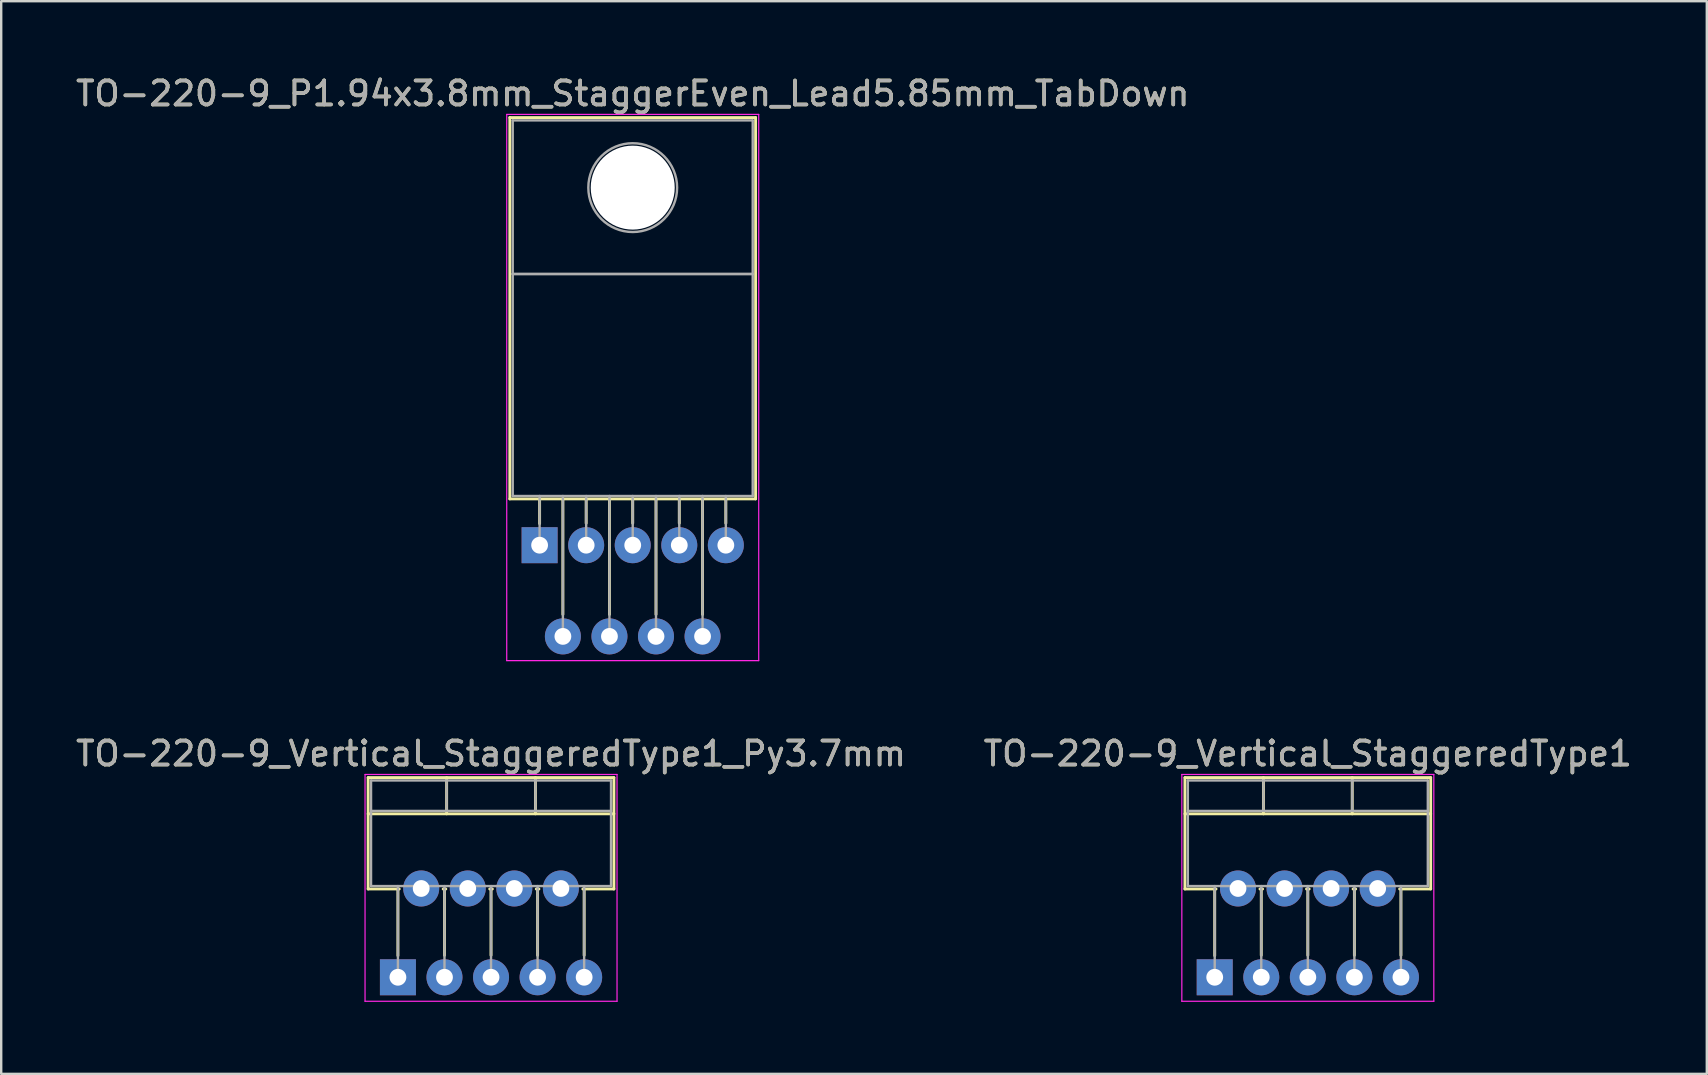
<source format=kicad_pcb>
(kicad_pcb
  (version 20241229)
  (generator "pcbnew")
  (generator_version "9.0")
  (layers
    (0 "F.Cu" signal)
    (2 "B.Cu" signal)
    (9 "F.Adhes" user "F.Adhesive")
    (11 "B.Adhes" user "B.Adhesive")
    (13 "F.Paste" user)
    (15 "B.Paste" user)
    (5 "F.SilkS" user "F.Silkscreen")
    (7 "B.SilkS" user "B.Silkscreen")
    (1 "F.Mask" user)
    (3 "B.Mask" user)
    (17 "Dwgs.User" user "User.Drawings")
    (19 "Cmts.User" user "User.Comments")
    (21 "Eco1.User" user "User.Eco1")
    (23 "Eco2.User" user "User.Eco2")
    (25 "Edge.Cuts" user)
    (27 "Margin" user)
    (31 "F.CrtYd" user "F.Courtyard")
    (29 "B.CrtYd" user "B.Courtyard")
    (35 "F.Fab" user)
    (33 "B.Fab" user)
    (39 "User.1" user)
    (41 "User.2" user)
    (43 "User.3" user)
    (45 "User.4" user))
  (footprint "TO-220-9_P1.94x3.8mm_StaggerEven_Lead5.85mm_TabDown"
    (layer "F.Cu")
    (at 19.435 19.668)
    (property "Reference" "TO-220-9_P1.94x3.8mm_StaggerEven_Lead5.85mm_TabDown" (at 3.88 -18.82 0) (layer "F.SilkS") (effects (font (size 1 1) (thickness 0.15))))
    (attr through_hole)
    (fp_line (start -1.241 -17.82) (end -1.241 -1.93) (stroke (width 0.12) (type solid)) (layer "F.SilkS"))
    (fp_line (start -1.241 -17.82) (end 9 -17.82) (stroke (width 0.12) (type solid)) (layer "F.SilkS"))
    (fp_line (start -1.241 -1.93) (end 9 -1.93) (stroke (width 0.12) (type solid)) (layer "F.SilkS"))
    (fp_line (start 0 -1.93) (end 0 -0.9) (stroke (width 0.12) (type solid)) (layer "F.SilkS"))
    (fp_line (start 0.97 -1.93) (end 0.97 2.885) (stroke (width 0.12) (type solid)) (layer "F.SilkS"))
    (fp_line (start 1.94 -1.93) (end 1.94 -0.916) (stroke (width 0.12) (type solid)) (layer "F.SilkS"))
    (fp_line (start 2.91 -1.93) (end 2.91 2.885) (stroke (width 0.12) (type solid)) (layer "F.SilkS"))
    (fp_line (start 3.88 -1.93) (end 3.88 -0.916) (stroke (width 0.12) (type solid)) (layer "F.SilkS"))
    (fp_line (start 4.85 -1.93) (end 4.85 2.885) (stroke (width 0.12) (type solid)) (layer "F.SilkS"))
    (fp_line (start 5.82 -1.93) (end 5.82 -0.916) (stroke (width 0.12) (type solid)) (layer "F.SilkS"))
    (fp_line (start 6.79 -1.93) (end 6.79 2.885) (stroke (width 0.12) (type solid)) (layer "F.SilkS"))
    (fp_line (start 7.76 -1.93) (end 7.76 -0.916) (stroke (width 0.12) (type solid)) (layer "F.SilkS"))
    (fp_line (start 9 -17.82) (end 9 -1.93) (stroke (width 0.12) (type solid)) (layer "F.SilkS"))
    (fp_line (start -1.37 -17.95) (end -1.37 4.81) (stroke (width 0.05) (type solid)) (layer "F.CrtYd"))
    (fp_line (start -1.37 4.81) (end 9.13 4.81) (stroke (width 0.05) (type solid)) (layer "F.CrtYd"))
    (fp_line (start 9.13 -17.95) (end -1.37 -17.95) (stroke (width 0.05) (type solid)) (layer "F.CrtYd"))
    (fp_line (start 9.13 4.81) (end 9.13 -17.95) (stroke (width 0.05) (type solid)) (layer "F.CrtYd"))
    (fp_line (start -1.12 -17.7) (end 8.88 -17.7) (stroke (width 0.1) (type solid)) (layer "F.Fab"))
    (fp_line (start -1.12 -11.3) (end -1.12 -17.7) (stroke (width 0.1) (type solid)) (layer "F.Fab"))
    (fp_line (start -1.12 -11.3) (end 8.88 -11.3) (stroke (width 0.1) (type solid)) (layer "F.Fab"))
    (fp_line (start -1.12 -2.05) (end -1.12 -11.3) (stroke (width 0.1) (type solid)) (layer "F.Fab"))
    (fp_line (start 0 -2.05) (end 0 0) (stroke (width 0.1) (type solid)) (layer "F.Fab"))
    (fp_line (start 0.97 -2.05) (end 0.97 3.8) (stroke (width 0.1) (type solid)) (layer "F.Fab"))
    (fp_line (start 1.94 -2.05) (end 1.94 0) (stroke (width 0.1) (type solid)) (layer "F.Fab"))
    (fp_line (start 2.91 -2.05) (end 2.91 3.8) (stroke (width 0.1) (type solid)) (layer "F.Fab"))
    (fp_line (start 3.88 -2.05) (end 3.88 0) (stroke (width 0.1) (type solid)) (layer "F.Fab"))
    (fp_line (start 4.85 -2.05) (end 4.85 3.8) (stroke (width 0.1) (type solid)) (layer "F.Fab"))
    (fp_line (start 5.82 -2.05) (end 5.82 0) (stroke (width 0.1) (type solid)) (layer "F.Fab"))
    (fp_line (start 6.79 -2.05) (end 6.79 3.8) (stroke (width 0.1) (type solid)) (layer "F.Fab"))
    (fp_line (start 7.76 -2.05) (end 7.76 0) (stroke (width 0.1) (type solid)) (layer "F.Fab"))
    (fp_line (start 8.88 -17.7) (end 8.88 -11.3) (stroke (width 0.1) (type solid)) (layer "F.Fab"))
    (fp_line (start 8.88 -11.3) (end -1.12 -11.3) (stroke (width 0.1) (type solid)) (layer "F.Fab"))
    (fp_line (start 8.88 -11.3) (end 8.88 -2.05) (stroke (width 0.1) (type solid)) (layer "F.Fab"))
    (fp_line (start 8.88 -2.05) (end -1.12 -2.05) (stroke (width 0.1) (type solid)) (layer "F.Fab"))
    (fp_circle (center 3.88 -14.9) (end 5.73 -14.9) (stroke (width 0.1) (type solid)) (fill no) (layer "F.Fab"))
    (fp_text user "${REFERENCE}" (at 3.88 -18.82 0) (layer "F.Fab") (effects (font (size 1 1) (thickness 0.15))))
    (pad "" np_thru_hole oval (at 3.88 -14.9) (size 3.5 3.5) (drill 3.5) (layers "*.Cu" "*.Mask"))
    (pad "1" thru_hole rect (at 0 0) (size 1.5 1.5) (drill 0.7) (layers "*.Cu" "*.Mask"))
    (pad "2" thru_hole oval (at 0.97 3.8) (size 1.5 1.5) (drill 0.7) (layers "*.Cu" "*.Mask"))
    (pad "3" thru_hole oval (at 1.94 0) (size 1.5 1.5) (drill 0.7) (layers "*.Cu" "*.Mask"))
    (pad "4" thru_hole oval (at 2.91 3.8) (size 1.5 1.5) (drill 0.7) (layers "*.Cu" "*.Mask"))
    (pad "5" thru_hole oval (at 3.88 0) (size 1.5 1.5) (drill 0.7) (layers "*.Cu" "*.Mask"))
    (pad "6" thru_hole oval (at 4.85 3.8) (size 1.5 1.5) (drill 0.7) (layers "*.Cu" "*.Mask"))
    (pad "7" thru_hole oval (at 5.82 0) (size 1.5 1.5) (drill 0.7) (layers "*.Cu" "*.Mask"))
    (pad "8" thru_hole oval (at 6.79 3.8) (size 1.5 1.5) (drill 0.7) (layers "*.Cu" "*.Mask"))
    (pad "9" thru_hole oval (at 7.76 0) (size 1.5 1.5) (drill 0.7) (layers "*.Cu" "*.Mask")))
  (footprint "TO-220-9_Vertical_StaggeredType1"
    (layer "F.Cu")
    (at 47.566 37.672)
    (property "Reference" "TO-220-9_Vertical_StaggeredType1" (at 3.88 -9.32 0) (layer "F.SilkS") (effects (font (size 1 1) (thickness 0.15))))
    (attr through_hole)
    (fp_line (start -1.241 -8.32) (end -1.241 -3.679) (stroke (width 0.12) (type solid)) (layer "F.SilkS"))
    (fp_line (start -1.241 -8.32) (end 9 -8.32) (stroke (width 0.12) (type solid)) (layer "F.SilkS"))
    (fp_line (start -1.241 -6.811) (end 9 -6.811) (stroke (width 0.12) (type solid)) (layer "F.SilkS"))
    (fp_line (start -1.241 -3.679) (end 0.055 -3.679) (stroke (width 0.12) (type solid)) (layer "F.SilkS"))
    (fp_line (start 0 -3.679) (end 0 -0.9) (stroke (width 0.12) (type solid)) (layer "F.SilkS"))
    (fp_line (start 1.885 -3.679) (end 1.996 -3.679) (stroke (width 0.12) (type solid)) (layer "F.SilkS"))
    (fp_line (start 1.94 -3.679) (end 1.94 -0.915) (stroke (width 0.12) (type solid)) (layer "F.SilkS"))
    (fp_line (start 2.03 -8.32) (end 2.03 -6.811) (stroke (width 0.12) (type solid)) (layer "F.SilkS"))
    (fp_line (start 3.825 -3.679) (end 3.935 -3.679) (stroke (width 0.12) (type solid)) (layer "F.SilkS"))
    (fp_line (start 3.88 -3.679) (end 3.88 -0.915) (stroke (width 0.12) (type solid)) (layer "F.SilkS"))
    (fp_line (start 5.73 -8.32) (end 5.73 -6.811) (stroke (width 0.12) (type solid)) (layer "F.SilkS"))
    (fp_line (start 5.765 -3.679) (end 5.875 -3.679) (stroke (width 0.12) (type solid)) (layer "F.SilkS"))
    (fp_line (start 5.82 -3.679) (end 5.82 -0.915) (stroke (width 0.12) (type solid)) (layer "F.SilkS"))
    (fp_line (start 7.705 -3.679) (end 9 -3.679) (stroke (width 0.12) (type solid)) (layer "F.SilkS"))
    (fp_line (start 7.76 -3.679) (end 7.76 -0.915) (stroke (width 0.12) (type solid)) (layer "F.SilkS"))
    (fp_line (start 9 -8.32) (end 9 -3.679) (stroke (width 0.12) (type solid)) (layer "F.SilkS"))
    (fp_line (start -1.37 -8.45) (end -1.37 1) (stroke (width 0.05) (type solid)) (layer "F.CrtYd"))
    (fp_line (start -1.37 1) (end 9.13 1) (stroke (width 0.05) (type solid)) (layer "F.CrtYd"))
    (fp_line (start 9.13 -8.45) (end -1.37 -8.45) (stroke (width 0.05) (type solid)) (layer "F.CrtYd"))
    (fp_line (start 9.13 1) (end 9.13 -8.45) (stroke (width 0.05) (type solid)) (layer "F.CrtYd"))
    (fp_line (start -1.12 -8.2) (end -1.12 -3.8) (stroke (width 0.1) (type solid)) (layer "F.Fab"))
    (fp_line (start -1.12 -6.93) (end 8.88 -6.93) (stroke (width 0.1) (type solid)) (layer "F.Fab"))
    (fp_line (start -1.12 -3.8) (end 8.88 -3.8) (stroke (width 0.1) (type solid)) (layer "F.Fab"))
    (fp_line (start 0 -3.8) (end 0 0) (stroke (width 0.1) (type solid)) (layer "F.Fab"))
    (fp_line (start 0.97 -3.8) (end 0.97 -3.7) (stroke (width 0.1) (type solid)) (layer "F.Fab"))
    (fp_line (start 1.94 -3.8) (end 1.94 0) (stroke (width 0.1) (type solid)) (layer "F.Fab"))
    (fp_line (start 2.03 -8.2) (end 2.03 -6.93) (stroke (width 0.1) (type solid)) (layer "F.Fab"))
    (fp_line (start 2.91 -3.8) (end 2.91 -3.7) (stroke (width 0.1) (type solid)) (layer "F.Fab"))
    (fp_line (start 3.88 -3.8) (end 3.88 0) (stroke (width 0.1) (type solid)) (layer "F.Fab"))
    (fp_line (start 4.85 -3.8) (end 4.85 -3.7) (stroke (width 0.1) (type solid)) (layer "F.Fab"))
    (fp_line (start 5.73 -8.2) (end 5.73 -6.93) (stroke (width 0.1) (type solid)) (layer "F.Fab"))
    (fp_line (start 5.82 -3.8) (end 5.82 0) (stroke (width 0.1) (type solid)) (layer "F.Fab"))
    (fp_line (start 6.79 -3.8) (end 6.79 -3.7) (stroke (width 0.1) (type solid)) (layer "F.Fab"))
    (fp_line (start 7.76 -3.8) (end 7.76 0) (stroke (width 0.1) (type solid)) (layer "F.Fab"))
    (fp_line (start 8.88 -8.2) (end -1.12 -8.2) (stroke (width 0.1) (type solid)) (layer "F.Fab"))
    (fp_line (start 8.88 -3.8) (end 8.88 -8.2) (stroke (width 0.1) (type solid)) (layer "F.Fab"))
    (fp_text user "${REFERENCE}" (at 3.88 -9.32 0) (layer "F.Fab") (effects (font (size 1 1) (thickness 0.15))))
    (pad "1" thru_hole rect (at 0 0) (size 1.5 1.5) (drill 0.7) (layers "*.Cu" "*.Mask"))
    (pad "2" thru_hole oval (at 0.97 -3.7) (size 1.5 1.5) (drill 0.7) (layers "*.Cu" "*.Mask"))
    (pad "3" thru_hole oval (at 1.94 0) (size 1.5 1.5) (drill 0.7) (layers "*.Cu" "*.Mask"))
    (pad "4" thru_hole oval (at 2.91 -3.7) (size 1.5 1.5) (drill 0.7) (layers "*.Cu" "*.Mask"))
    (pad "5" thru_hole oval (at 3.88 0) (size 1.5 1.5) (drill 0.7) (layers "*.Cu" "*.Mask"))
    (pad "6" thru_hole oval (at 4.85 -3.7) (size 1.5 1.5) (drill 0.7) (layers "*.Cu" "*.Mask"))
    (pad "7" thru_hole oval (at 5.82 0) (size 1.5 1.5) (drill 0.7) (layers "*.Cu" "*.Mask"))
    (pad "8" thru_hole oval (at 6.79 -3.7) (size 1.5 1.5) (drill 0.7) (layers "*.Cu" "*.Mask"))
    (pad "9" thru_hole oval (at 7.76 0) (size 1.5 1.5) (drill 0.7) (layers "*.Cu" "*.Mask")))
  (footprint "TO-220-9_Vertical_StaggeredType1_Py3.7mm"
    (layer "F.Cu")
    (at 13.531 37.672)
    (property "Reference" "TO-220-9_Vertical_StaggeredType1_Py3.7mm" (at 3.88 -9.32 0) (layer "F.SilkS") (effects (font (size 1 1) (thickness 0.15))))
    (attr through_hole)
    (fp_line (start -1.241 -8.32) (end -1.241 -3.679) (stroke (width 0.12) (type solid)) (layer "F.SilkS"))
    (fp_line (start -1.241 -8.32) (end 9 -8.32) (stroke (width 0.12) (type solid)) (layer "F.SilkS"))
    (fp_line (start -1.241 -6.811) (end 9 -6.811) (stroke (width 0.12) (type solid)) (layer "F.SilkS"))
    (fp_line (start -1.241 -3.679) (end 0.055 -3.679) (stroke (width 0.12) (type solid)) (layer "F.SilkS"))
    (fp_line (start 0 -3.679) (end 0 -0.9) (stroke (width 0.12) (type solid)) (layer "F.SilkS"))
    (fp_line (start 1.885 -3.679) (end 1.996 -3.679) (stroke (width 0.12) (type solid)) (layer "F.SilkS"))
    (fp_line (start 1.94 -3.679) (end 1.94 -0.915) (stroke (width 0.12) (type solid)) (layer "F.SilkS"))
    (fp_line (start 2.03 -8.32) (end 2.03 -6.811) (stroke (width 0.12) (type solid)) (layer "F.SilkS"))
    (fp_line (start 3.825 -3.679) (end 3.935 -3.679) (stroke (width 0.12) (type solid)) (layer "F.SilkS"))
    (fp_line (start 3.88 -3.679) (end 3.88 -0.915) (stroke (width 0.12) (type solid)) (layer "F.SilkS"))
    (fp_line (start 5.73 -8.32) (end 5.73 -6.811) (stroke (width 0.12) (type solid)) (layer "F.SilkS"))
    (fp_line (start 5.765 -3.679) (end 5.875 -3.679) (stroke (width 0.12) (type solid)) (layer "F.SilkS"))
    (fp_line (start 5.82 -3.679) (end 5.82 -0.915) (stroke (width 0.12) (type solid)) (layer "F.SilkS"))
    (fp_line (start 7.705 -3.679) (end 9 -3.679) (stroke (width 0.12) (type solid)) (layer "F.SilkS"))
    (fp_line (start 7.76 -3.679) (end 7.76 -0.915) (stroke (width 0.12) (type solid)) (layer "F.SilkS"))
    (fp_line (start 9 -8.32) (end 9 -3.679) (stroke (width 0.12) (type solid)) (layer "F.SilkS"))
    (fp_line (start -1.37 -8.45) (end -1.37 1) (stroke (width 0.05) (type solid)) (layer "F.CrtYd"))
    (fp_line (start -1.37 1) (end 9.13 1) (stroke (width 0.05) (type solid)) (layer "F.CrtYd"))
    (fp_line (start 9.13 -8.45) (end -1.37 -8.45) (stroke (width 0.05) (type solid)) (layer "F.CrtYd"))
    (fp_line (start 9.13 1) (end 9.13 -8.45) (stroke (width 0.05) (type solid)) (layer "F.CrtYd"))
    (fp_line (start -1.12 -8.2) (end -1.12 -3.8) (stroke (width 0.1) (type solid)) (layer "F.Fab"))
    (fp_line (start -1.12 -6.93) (end 8.88 -6.93) (stroke (width 0.1) (type solid)) (layer "F.Fab"))
    (fp_line (start -1.12 -3.8) (end 8.88 -3.8) (stroke (width 0.1) (type solid)) (layer "F.Fab"))
    (fp_line (start 0 -3.8) (end 0 0) (stroke (width 0.1) (type solid)) (layer "F.Fab"))
    (fp_line (start 0.97 -3.8) (end 0.97 -3.7) (stroke (width 0.1) (type solid)) (layer "F.Fab"))
    (fp_line (start 1.94 -3.8) (end 1.94 0) (stroke (width 0.1) (type solid)) (layer "F.Fab"))
    (fp_line (start 2.03 -8.2) (end 2.03 -6.93) (stroke (width 0.1) (type solid)) (layer "F.Fab"))
    (fp_line (start 2.91 -3.8) (end 2.91 -3.7) (stroke (width 0.1) (type solid)) (layer "F.Fab"))
    (fp_line (start 3.88 -3.8) (end 3.88 0) (stroke (width 0.1) (type solid)) (layer "F.Fab"))
    (fp_line (start 4.85 -3.8) (end 4.85 -3.7) (stroke (width 0.1) (type solid)) (layer "F.Fab"))
    (fp_line (start 5.73 -8.2) (end 5.73 -6.93) (stroke (width 0.1) (type solid)) (layer "F.Fab"))
    (fp_line (start 5.82 -3.8) (end 5.82 0) (stroke (width 0.1) (type solid)) (layer "F.Fab"))
    (fp_line (start 6.79 -3.8) (end 6.79 -3.7) (stroke (width 0.1) (type solid)) (layer "F.Fab"))
    (fp_line (start 7.76 -3.8) (end 7.76 0) (stroke (width 0.1) (type solid)) (layer "F.Fab"))
    (fp_line (start 8.88 -8.2) (end -1.12 -8.2) (stroke (width 0.1) (type solid)) (layer "F.Fab"))
    (fp_line (start 8.88 -3.8) (end 8.88 -8.2) (stroke (width 0.1) (type solid)) (layer "F.Fab"))
    (fp_text user "${REFERENCE}" (at 3.88 -9.32 0) (layer "F.Fab") (effects (font (size 1 1) (thickness 0.15))))
    (pad "1" thru_hole rect (at 0 0) (size 1.5 1.5) (drill 0.7) (layers "*.Cu" "*.Mask"))
    (pad "2" thru_hole oval (at 0.97 -3.7) (size 1.5 1.5) (drill 0.7) (layers "*.Cu" "*.Mask"))
    (pad "3" thru_hole oval (at 1.94 0) (size 1.5 1.5) (drill 0.7) (layers "*.Cu" "*.Mask"))
    (pad "4" thru_hole oval (at 2.91 -3.7) (size 1.5 1.5) (drill 0.7) (layers "*.Cu" "*.Mask"))
    (pad "5" thru_hole oval (at 3.88 0) (size 1.5 1.5) (drill 0.7) (layers "*.Cu" "*.Mask"))
    (pad "6" thru_hole oval (at 4.85 -3.7) (size 1.5 1.5) (drill 0.7) (layers "*.Cu" "*.Mask"))
    (pad "7" thru_hole oval (at 5.82 0) (size 1.5 1.5) (drill 0.7) (layers "*.Cu" "*.Mask"))
    (pad "8" thru_hole oval (at 6.79 -3.7) (size 1.5 1.5) (drill 0.7) (layers "*.Cu" "*.Mask"))
    (pad "9" thru_hole oval (at 7.76 0) (size 1.5 1.5) (drill 0.7) (layers "*.Cu" "*.Mask")))
  (gr_rect
    (start -3 -3)
    (end 68.071 41.697)
    (stroke (width 0.1) (type default))
    (fill no)
    (layer "Edge.Cuts")))
</source>
